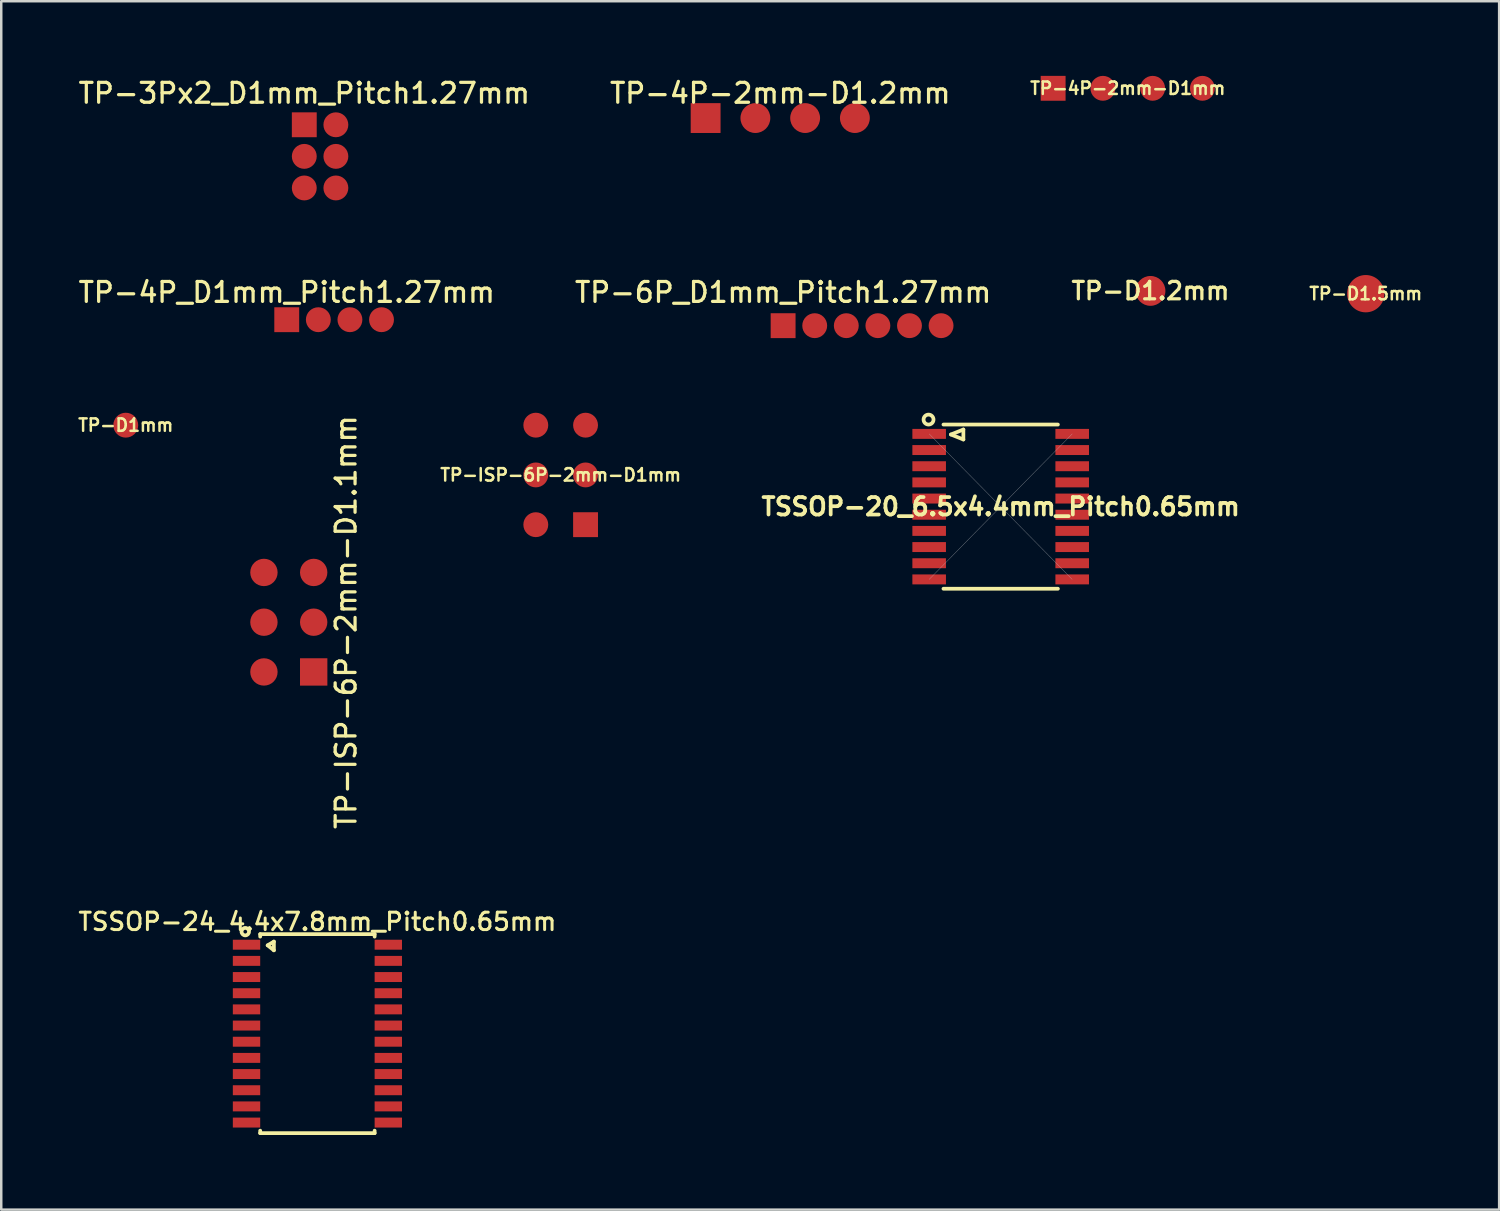
<source format=kicad_pcb>
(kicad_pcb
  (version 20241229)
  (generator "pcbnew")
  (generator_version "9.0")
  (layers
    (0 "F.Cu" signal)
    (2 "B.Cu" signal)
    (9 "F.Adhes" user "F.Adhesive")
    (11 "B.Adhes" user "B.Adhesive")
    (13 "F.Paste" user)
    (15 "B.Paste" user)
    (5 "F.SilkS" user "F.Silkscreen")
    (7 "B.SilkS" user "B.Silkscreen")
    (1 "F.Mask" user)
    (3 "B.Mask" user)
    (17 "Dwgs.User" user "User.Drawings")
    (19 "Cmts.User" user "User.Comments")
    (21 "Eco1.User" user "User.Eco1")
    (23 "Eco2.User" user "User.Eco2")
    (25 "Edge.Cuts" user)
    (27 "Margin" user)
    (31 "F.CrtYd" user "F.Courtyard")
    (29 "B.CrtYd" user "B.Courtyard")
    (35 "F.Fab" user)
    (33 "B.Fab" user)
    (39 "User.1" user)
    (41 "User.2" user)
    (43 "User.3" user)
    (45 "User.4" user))
  (footprint "TP-4P-2mm-D1.2mm"
    (layer "F.Cu")
    (at 28.316 1.696)
    (property "Reference" "TP-4P-2mm-D1.2mm" (at 0 -1 0) (layer "F.SilkS") (effects (font (size 0.8 0.8) (thickness 0.13))))
    (attr through_hole)
    (pad "1" smd rect (at -3 0) (size 1.2 1.2) (layers "F.Cu" "F.Mask"))
    (pad "2" smd circle (at -1 0) (size 1.2 1.2) (layers "F.Cu" "F.Mask"))
    (pad "3" smd circle (at 1 0) (size 1.2 1.2) (layers "F.Cu" "F.Mask"))
    (pad "4" smd circle (at 3 0) (size 1.2 1.2) (layers "F.Cu" "F.Mask")))
  (footprint "TP-4P_D1mm_Pitch1.27mm"
    (layer "F.Cu")
    (at 8.477 9.802)
    (property "Reference" "TP-4P_D1mm_Pitch1.27mm" (at 0 -1.1 0) (layer "F.SilkS") (effects (font (size 0.8 0.8) (thickness 0.13))))
    (attr through_hole)
    (pad "1" smd rect (at 0 0) (size 1 1) (layers "F.Cu" "F.Mask"))
    (pad "2" smd circle (at 1.27 0) (size 1 1) (layers "F.Cu" "F.Mask"))
    (pad "3" smd circle (at 2.54 0) (size 1 1) (layers "F.Cu" "F.Mask"))
    (pad "4" smd circle (at 3.81 0) (size 1 1) (layers "F.Cu" "F.Mask")))
  (footprint "TP-D1.5mm"
    (layer "F.Cu")
    (at 51.853 8.756)
    (property "Reference" "TP-D1.5mm" (at 0 0 0) (layer "F.SilkS") (effects (font (size 0.5 0.5) (thickness 0.1))))
    (attr through_hole)
    (pad "1" smd circle (at 0 0) (size 1.5 1.5) (layers "F.Cu" "F.Mask")))
  (footprint "TSSOP-24_4.4x7.8mm_Pitch0.65mm"
    (layer "F.Cu")
    (at 9.71 38.502)
    (property "Reference" "TSSOP-24_4.4x7.8mm_Pitch0.65mm" (at 0 -4.5 0) (layer "F.SilkS") (effects (font (size 0.7 0.7) (thickness 0.12))))
    (attr smd)
    (fp_line (start -2.3 -4) (end 2.3 -4) (stroke (width 0.15) (type solid)) (layer "F.SilkS"))
    (fp_line (start -2.3 -3.9) (end -2.3 -4) (stroke (width 0.15) (type solid)) (layer "F.SilkS"))
    (fp_line (start -2.3 4) (end -2.3 3.9) (stroke (width 0.15) (type solid)) (layer "F.SilkS"))
    (fp_line (start -2 -3.55) (end -1.75 -3.7) (stroke (width 0.15) (type solid)) (layer "F.SilkS"))
    (fp_line (start -1.75 -3.7) (end -1.75 -3.35) (stroke (width 0.15) (type solid)) (layer "F.SilkS"))
    (fp_line (start -1.75 -3.35) (end -2 -3.55) (stroke (width 0.15) (type solid)) (layer "F.SilkS"))
    (fp_line (start 2.3 -4) (end 2.3 -3.9) (stroke (width 0.15) (type solid)) (layer "F.SilkS"))
    (fp_line (start 2.3 3.9) (end 2.3 4) (stroke (width 0.15) (type solid)) (layer "F.SilkS"))
    (fp_line (start 2.3 4) (end -2.3 4) (stroke (width 0.15) (type solid)) (layer "F.SilkS"))
    (fp_circle (center -2.9 -4.1) (end -3.05 -4.1) (stroke (width 0.15) (type solid)) (fill no) (layer "F.SilkS"))
    (pad "1" smd rect (at -2.85 -3.575) (size 1.1 0.4) (layers "F.Cu" "F.Mask" "F.Paste"))
    (pad "2" smd rect (at -2.85 -2.925) (size 1.1 0.4) (layers "F.Cu" "F.Mask" "F.Paste"))
    (pad "3" smd rect (at -2.85 -2.275) (size 1.1 0.4) (layers "F.Cu" "F.Mask" "F.Paste"))
    (pad "4" smd rect (at -2.85 -1.625) (size 1.1 0.4) (layers "F.Cu" "F.Mask" "F.Paste"))
    (pad "5" smd rect (at -2.85 -0.975) (size 1.1 0.4) (layers "F.Cu" "F.Mask" "F.Paste"))
    (pad "6" smd rect (at -2.85 -0.325) (size 1.1 0.4) (layers "F.Cu" "F.Mask" "F.Paste"))
    (pad "7" smd rect (at -2.85 0.325) (size 1.1 0.4) (layers "F.Cu" "F.Mask" "F.Paste"))
    (pad "8" smd rect (at -2.85 0.975) (size 1.1 0.4) (layers "F.Cu" "F.Mask" "F.Paste"))
    (pad "9" smd rect (at -2.85 1.625) (size 1.1 0.4) (layers "F.Cu" "F.Mask" "F.Paste"))
    (pad "10" smd rect (at -2.85 2.275) (size 1.1 0.4) (layers "F.Cu" "F.Mask" "F.Paste"))
    (pad "11" smd rect (at -2.85 2.925) (size 1.1 0.4) (layers "F.Cu" "F.Mask" "F.Paste"))
    (pad "12" smd rect (at -2.85 3.575) (size 1.1 0.4) (layers "F.Cu" "F.Mask" "F.Paste"))
    (pad "13" smd rect (at 2.85 3.575) (size 1.1 0.4) (layers "F.Cu" "F.Mask" "F.Paste"))
    (pad "14" smd rect (at 2.85 2.925) (size 1.1 0.4) (layers "F.Cu" "F.Mask" "F.Paste"))
    (pad "15" smd rect (at 2.85 2.275) (size 1.1 0.4) (layers "F.Cu" "F.Mask" "F.Paste"))
    (pad "16" smd rect (at 2.85 1.625) (size 1.1 0.4) (layers "F.Cu" "F.Mask" "F.Paste"))
    (pad "17" smd rect (at 2.85 0.975) (size 1.1 0.4) (layers "F.Cu" "F.Mask" "F.Paste"))
    (pad "18" smd rect (at 2.85 0.325) (size 1.1 0.4) (layers "F.Cu" "F.Mask" "F.Paste"))
    (pad "19" smd rect (at 2.85 -0.325) (size 1.1 0.4) (layers "F.Cu" "F.Mask" "F.Paste"))
    (pad "20" smd rect (at 2.85 -0.975) (size 1.1 0.4) (layers "F.Cu" "F.Mask" "F.Paste"))
    (pad "21" smd rect (at 2.85 -1.625) (size 1.1 0.4) (layers "F.Cu" "F.Mask" "F.Paste"))
    (pad "22" smd rect (at 2.85 -2.275) (size 1.1 0.4) (layers "F.Cu" "F.Mask" "F.Paste"))
    (pad "23" smd rect (at 2.85 -2.925) (size 1.1 0.4) (layers "F.Cu" "F.Mask" "F.Paste"))
    (pad "24" smd rect (at 2.85 -3.575) (size 1.1 0.4) (layers "F.Cu" "F.Mask" "F.Paste")))
  (footprint "TP-D1mm"
    (layer "F.Cu")
    (at 2.005 14.042)
    (property "Reference" "TP-D1mm" (at 0 0 0) (layer "F.SilkS") (effects (font (size 0.5 0.5) (thickness 0.1))))
    (attr through_hole)
    (pad "1" smd circle (at 0 0) (size 1 1) (layers "F.Cu" "F.Mask")))
  (footprint "TP-ISP-6P-2mm-D1mm"
    (layer "F.Cu")
    (at 19.489 16.042)
    (property "Reference" "TP-ISP-6P-2mm-D1mm" (at 0 0 0) (layer "F.SilkS") (effects (font (size 0.5 0.5) (thickness 0.1))))
    (attr through_hole)
    (pad "1" smd oval (at -1 -2) (size 1 1) (layers "F.Cu" "F.Mask"))
    (pad "2" smd circle (at 1 -2) (size 1 1) (layers "F.Cu" "F.Mask"))
    (pad "3" smd circle (at -1 0) (size 1 1) (layers "F.Cu" "F.Mask"))
    (pad "4" smd circle (at 1 0) (size 1 1) (layers "F.Cu" "F.Mask"))
    (pad "5" smd circle (at -1 2) (size 1 1) (layers "F.Cu" "F.Mask"))
    (pad "6" smd rect (at 1 2) (size 1 1) (layers "F.Cu" "F.Mask")))
  (footprint "TP-3Px2_D1mm_Pitch1.27mm"
    (layer "F.Cu")
    (at 9.182 3.236)
    (property "Reference" "TP-3Px2_D1mm_Pitch1.27mm" (at 0 -2.54 0) (layer "F.SilkS") (effects (font (size 0.8 0.8) (thickness 0.13))))
    (attr through_hole)
    (pad "1" smd rect (at 0 -1.27) (size 1 1) (layers "F.Cu" "F.Mask"))
    (pad "2" smd circle (at 1.27 -1.27) (size 1 1) (layers "F.Cu" "F.Mask"))
    (pad "3" smd circle (at 0 0) (size 1 1) (layers "F.Cu" "F.Mask"))
    (pad "4" smd circle (at 1.27 0) (size 1 1) (layers "F.Cu" "F.Mask"))
    (pad "5" smd circle (at 0 1.27) (size 1 1) (layers "F.Cu" "F.Mask"))
    (pad "6" smd circle (at 1.27 1.27) (size 1 1) (layers "F.Cu" "F.Mask")))
  (footprint "TP-4P-2mm-D1mm"
    (layer "F.Cu")
    (at 42.286 0.5)
    (property "Reference" "TP-4P-2mm-D1mm" (at 0 0 0) (layer "F.SilkS") (effects (font (size 0.5 0.5) (thickness 0.1))))
    (attr through_hole)
    (pad "1" smd rect (at -3 0) (size 1 1) (layers "F.Cu" "F.Mask"))
    (pad "2" smd circle (at -1 0) (size 1 1) (layers "F.Cu" "F.Mask"))
    (pad "3" smd circle (at 1 0) (size 1 1) (layers "F.Cu" "F.Mask"))
    (pad "4" smd circle (at 3 0) (size 1 1) (layers "F.Cu" "F.Mask")))
  (footprint "TP-ISP-6P-2mm-D1.1mm"
    (layer "F.Cu")
    (at 8.56 21.962)
    (property "Reference" "TP-ISP-6P-2mm-D1.1mm" (at 2.3 0 270) (layer "F.SilkS") (effects (font (size 0.8 0.8) (thickness 0.13))))
    (attr through_hole)
    (pad "1" smd circle (at -1 -2) (size 1.1 1.1) (layers "F.Cu" "F.Mask"))
    (pad "2" smd circle (at 1 -2) (size 1.1 1.1) (layers "F.Cu" "F.Mask"))
    (pad "3" smd circle (at -1 0) (size 1.1 1.1) (layers "F.Cu" "F.Mask"))
    (pad "4" smd circle (at 1 0) (size 1.1 1.1) (layers "F.Cu" "F.Mask"))
    (pad "5" smd circle (at -1 2) (size 1.1 1.1) (layers "F.Cu" "F.Mask"))
    (pad "6" smd rect (at 1 2) (size 1.1 1.1) (layers "F.Cu" "F.Mask")))
  (footprint "TP-D1.2mm"
    (layer "F.Cu")
    (at 43.199 8.644)
    (property "Reference" "TP-D1.2mm" (at 0 0 0) (layer "F.SilkS") (effects (font (size 0.7 0.7) (thickness 0.13))))
    (attr through_hole)
    (pad "1" smd circle (at 0 0) (size 1.2 1.2) (layers "F.Cu" "F.Mask")))
  (footprint "TSSOP-20_6.5x4.4mm_Pitch0.65mm"
    (layer "F.Cu")
    (at 37.177 17.317)
    (property "Reference" "TSSOP-20_6.5x4.4mm_Pitch0.65mm" (at 0 0 0) (layer "F.SilkS") (effects (font (size 0.7 0.7) (thickness 0.15))))
    (attr through_hole)
    (fp_line (start -2.3 -3.3) (end 2.3 -3.3) (stroke (width 0.15) (type solid)) (layer "F.SilkS"))
    (fp_line (start -2.3 3.3) (end 2.3 3.3) (stroke (width 0.15) (type solid)) (layer "F.SilkS"))
    (fp_line (start -2 -2.9) (end -1.5 -3.1) (stroke (width 0.15) (type solid)) (layer "F.SilkS"))
    (fp_line (start -1.5 -3.1) (end -1.5 -2.7) (stroke (width 0.15) (type solid)) (layer "F.SilkS"))
    (fp_line (start -1.5 -2.7) (end -2 -2.9) (stroke (width 0.15) (type solid)) (layer "F.SilkS"))
    (fp_circle (center -2.9 -3.5) (end -2.9 -3.3) (stroke (width 0.15) (type solid)) (fill no) (layer "F.SilkS"))
    (fp_line (start -2.875 2.925) (end 2.875 -2.925) (stroke (width 0.01) (type solid)) (layer "Dwgs.User"))
    (fp_line (start 2.875 2.925) (end -2.875 -2.925) (stroke (width 0.01) (type solid)) (layer "Dwgs.User"))
    (pad "1" smd rect (at -2.875 -2.925) (size 1.35 0.4) (layers "F.Cu" "F.Mask" "F.Paste"))
    (pad "2" smd rect (at -2.875 -2.275) (size 1.35 0.4) (layers "F.Cu" "F.Mask" "F.Paste"))
    (pad "3" smd rect (at -2.875 -1.625) (size 1.35 0.4) (layers "F.Cu" "F.Mask" "F.Paste"))
    (pad "4" smd rect (at -2.875 -0.975) (size 1.35 0.4) (layers "F.Cu" "F.Mask" "F.Paste"))
    (pad "5" smd rect (at -2.875 -0.325) (size 1.35 0.4) (layers "F.Cu" "F.Mask" "F.Paste"))
    (pad "6" smd rect (at -2.875 0.325) (size 1.35 0.4) (layers "F.Cu" "F.Mask" "F.Paste"))
    (pad "7" smd rect (at -2.875 0.975) (size 1.35 0.4) (layers "F.Cu" "F.Mask" "F.Paste"))
    (pad "8" smd rect (at -2.875 1.625) (size 1.35 0.4) (layers "F.Cu" "F.Mask" "F.Paste"))
    (pad "9" smd rect (at -2.875 2.275) (size 1.35 0.4) (layers "F.Cu" "F.Mask" "F.Paste"))
    (pad "10" smd rect (at -2.875 2.925) (size 1.35 0.4) (layers "F.Cu" "F.Mask" "F.Paste"))
    (pad "11" smd rect (at 2.875 2.925) (size 1.35 0.4) (layers "F.Cu" "F.Mask" "F.Paste"))
    (pad "12" smd rect (at 2.875 2.275) (size 1.35 0.4) (layers "F.Cu" "F.Mask" "F.Paste"))
    (pad "13" smd rect (at 2.875 1.625) (size 1.35 0.4) (layers "F.Cu" "F.Mask" "F.Paste"))
    (pad "14" smd rect (at 2.875 0.975) (size 1.35 0.4) (layers "F.Cu" "F.Mask" "F.Paste"))
    (pad "15" smd rect (at 2.875 0.325) (size 1.35 0.4) (layers "F.Cu" "F.Mask" "F.Paste"))
    (pad "16" smd rect (at 2.875 -0.325) (size 1.35 0.4) (layers "F.Cu" "F.Mask" "F.Paste"))
    (pad "17" smd rect (at 2.875 -0.975) (size 1.35 0.4) (layers "F.Cu" "F.Mask" "F.Paste"))
    (pad "18" smd rect (at 2.875 -1.625) (size 1.35 0.4) (layers "F.Cu" "F.Mask" "F.Paste"))
    (pad "19" smd rect (at 2.875 -2.275) (size 1.35 0.4) (layers "F.Cu" "F.Mask" "F.Paste"))
    (pad "20" smd rect (at 2.875 -2.925) (size 1.35 0.4) (layers "F.Cu" "F.Mask" "F.Paste")))
  (footprint "TP-6P_D1mm_Pitch1.27mm"
    (layer "F.Cu")
    (at 28.431 10.042)
    (property "Reference" "TP-6P_D1mm_Pitch1.27mm" (at 0 -1.34 0) (layer "F.SilkS") (effects (font (size 0.8 0.8) (thickness 0.13))))
    (attr through_hole)
    (pad "1" smd rect (at 0 0) (size 1 1) (layers "F.Cu" "F.Mask"))
    (pad "2" smd circle (at 1.27 0) (size 1 1) (layers "F.Cu" "F.Mask"))
    (pad "3" smd circle (at 2.54 0) (size 1 1) (layers "F.Cu" "F.Mask"))
    (pad "4" smd circle (at 3.81 0) (size 1 1) (layers "F.Cu" "F.Mask"))
    (pad "5" smd circle (at 5.08 0) (size 1 1) (layers "F.Cu" "F.Mask"))
    (pad "6" smd circle (at 6.35 0) (size 1 1) (layers "F.Cu" "F.Mask")))
  (gr_rect
    (start -3 -3)
    (end 57.215 45.577)
    (stroke (width 0.1) (type default))
    (fill no)
    (layer "Edge.Cuts")))
</source>
